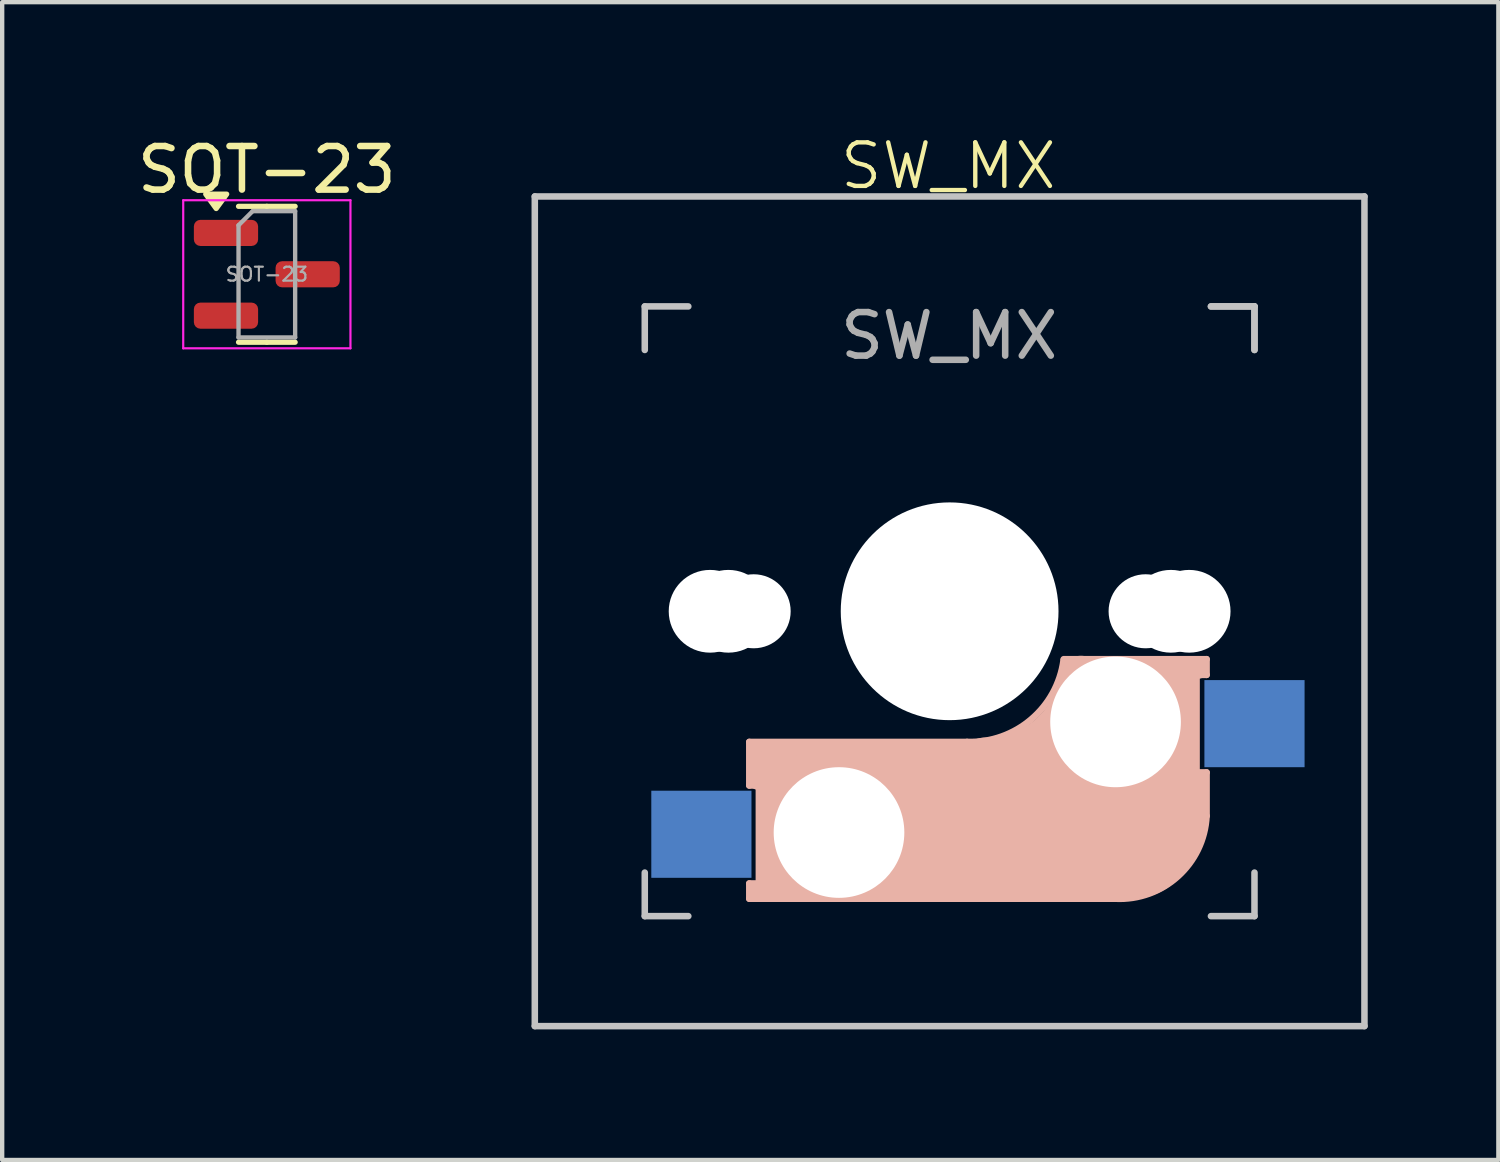
<source format=kicad_pcb>
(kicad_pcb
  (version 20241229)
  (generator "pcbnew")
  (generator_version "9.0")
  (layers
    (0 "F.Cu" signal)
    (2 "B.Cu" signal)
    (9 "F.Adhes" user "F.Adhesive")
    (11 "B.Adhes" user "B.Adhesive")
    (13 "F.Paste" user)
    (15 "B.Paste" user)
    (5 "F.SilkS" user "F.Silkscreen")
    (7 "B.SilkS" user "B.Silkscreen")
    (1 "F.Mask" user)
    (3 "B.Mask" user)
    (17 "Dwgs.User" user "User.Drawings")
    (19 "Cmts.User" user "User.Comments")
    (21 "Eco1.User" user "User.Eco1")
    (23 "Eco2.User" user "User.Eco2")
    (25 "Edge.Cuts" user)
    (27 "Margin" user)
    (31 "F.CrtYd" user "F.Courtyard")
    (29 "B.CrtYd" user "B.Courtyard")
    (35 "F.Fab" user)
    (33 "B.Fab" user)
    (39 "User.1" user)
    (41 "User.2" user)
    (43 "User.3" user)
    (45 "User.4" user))
  (footprint "SOT-23"
    (layer "F.Cu")
    (at 3.077 3.248)
    (property "Reference" "SOT-23" (at 0 -2.4 0) (layer "F.SilkS") (effects (font (size 1 1) (thickness 0.15))))
    (attr smd)
    (fp_line (start 0 -1.56) (end -0.65 -1.56) (stroke (width 0.12) (type solid)) (layer "F.SilkS"))
    (fp_line (start 0 -1.56) (end 0.65 -1.56) (stroke (width 0.12) (type solid)) (layer "F.SilkS"))
    (fp_line (start 0 1.56) (end -0.65 1.56) (stroke (width 0.12) (type solid)) (layer "F.SilkS"))
    (fp_line (start 0 1.56) (end 0.65 1.56) (stroke (width 0.12) (type solid)) (layer "F.SilkS"))
    (fp_poly (pts (xy -1.163 -1.51) (xy -1.403 -1.84) (xy -0.922 -1.84) (xy -1.163 -1.51)) (stroke (width 0.12) (type solid)) (fill yes) (layer "F.SilkS"))
    (fp_line (start -1.92 -1.7) (end -1.92 1.7) (stroke (width 0.05) (type solid)) (layer "F.CrtYd"))
    (fp_line (start -1.92 1.7) (end 1.92 1.7) (stroke (width 0.05) (type solid)) (layer "F.CrtYd"))
    (fp_line (start 1.92 -1.7) (end -1.92 -1.7) (stroke (width 0.05) (type solid)) (layer "F.CrtYd"))
    (fp_line (start 1.92 1.7) (end 1.92 -1.7) (stroke (width 0.05) (type solid)) (layer "F.CrtYd"))
    (fp_line (start -0.65 -1.125) (end -0.325 -1.45) (stroke (width 0.1) (type solid)) (layer "F.Fab"))
    (fp_line (start -0.65 1.45) (end -0.65 -1.125) (stroke (width 0.1) (type solid)) (layer "F.Fab"))
    (fp_line (start -0.325 -1.45) (end 0.65 -1.45) (stroke (width 0.1) (type solid)) (layer "F.Fab"))
    (fp_line (start 0.65 -1.45) (end 0.65 1.45) (stroke (width 0.1) (type solid)) (layer "F.Fab"))
    (fp_line (start 0.65 1.45) (end -0.65 1.45) (stroke (width 0.1) (type solid)) (layer "F.Fab"))
    (fp_text user "${REFERENCE}" (at 0 0 0) (layer "F.Fab") (effects (font (size 0.32 0.32) (thickness 0.05))))
    (pad "1" smd roundrect (at -0.938 -0.95) (size 1.475 0.6) (layers "F.Cu" "F.Mask" "F.Paste") (roundrect_rratio 0.25))
    (pad "2" smd roundrect (at -0.938 0.95) (size 1.475 0.6) (layers "F.Cu" "F.Mask" "F.Paste") (roundrect_rratio 0.25))
    (pad "3" smd roundrect (at 0.938 0) (size 1.475 0.6) (layers "F.Cu" "F.Mask" "F.Paste") (roundrect_rratio 0.25)))
  (footprint "SW_MX"
    (layer "F.Cu")
    (at 18.755 11.011)
    (property "Reference" "SW_MX" (at -0.03 -10.25 0) (unlocked yes) (layer "F.SilkS") (effects (font (size 1 1) (thickness 0.1))))
    (attr smd)
    (fp_line (start -4.6 2.975) (end -4.6 3.975) (stroke (width 0.15) (type solid)) (layer "B.SilkS"))
    (fp_line (start -4.6 3.975) (end -4.4 3.975) (stroke (width 0.15) (type solid)) (layer "B.SilkS"))
    (fp_line (start -4.6 6.225) (end -4.6 6.575) (stroke (width 0.15) (type solid)) (layer "B.SilkS"))
    (fp_line (start -4.6 6.575) (end 3.8 6.575) (stroke (width 0.15) (type solid)) (layer "B.SilkS"))
    (fp_line (start -4.4 3.875) (end -4.4 3.175) (stroke (width 0.4) (type solid)) (layer "B.SilkS"))
    (fp_line (start -4.4 6.225) (end -4.6 6.225) (stroke (width 0.15) (type solid)) (layer "B.SilkS"))
    (fp_line (start -4.4 6.375) (end -3 6.375) (stroke (width 0.4) (type solid)) (layer "B.SilkS"))
    (fp_line (start -4.38 3.975) (end -4.38 6.225) (stroke (width 0.15) (type solid)) (layer "B.SilkS"))
    (fp_line (start -4.3 3.275) (end -2.9 3.275) (stroke (width 0.5) (type solid)) (layer "B.SilkS"))
    (fp_line (start -3.9 5.975) (end -3.9 3.475) (stroke (width 1) (type solid)) (layer "B.SilkS"))
    (fp_line (start -2.6 4.775) (end 4.1 4.775) (stroke (width 3.5) (type solid)) (layer "B.SilkS"))
    (fp_line (start 0.4 2.975) (end -4.6 2.975) (stroke (width 0.15) (type solid)) (layer "B.SilkS"))
    (fp_line (start 4.17 5.075) (end 4.17 2.835) (stroke (width 3) (type solid)) (layer "B.SilkS"))
    (fp_line (start 5.3 1.575) (end 5.3 3.375) (stroke (width 0.8) (type solid)) (layer "B.SilkS"))
    (fp_line (start 5.67 3.675) (end 5.67 1.435) (stroke (width 0.15) (type solid)) (layer "B.SilkS"))
    (fp_line (start 5.7 1.435) (end 5.9 1.435) (stroke (width 0.15) (type solid)) (layer "B.SilkS"))
    (fp_line (start 5.7 1.275) (end 3 1.275) (stroke (width 0.5) (type solid)) (layer "B.SilkS"))
    (fp_line (start 5.8 3.775) (end 5.8 4.675) (stroke (width 0.3) (type solid)) (layer "B.SilkS"))
    (fp_line (start 5.9 1.075) (end 2.62 1.075) (stroke (width 0.15) (type solid)) (layer "B.SilkS"))
    (fp_line (start 5.9 1.075) (end 5.9 1.435) (stroke (width 0.15) (type solid)) (layer "B.SilkS"))
    (fp_line (start 5.9 3.675) (end 5.7 3.675) (stroke (width 0.15) (type solid)) (layer "B.SilkS"))
    (fp_line (start 5.9 4.675) (end 5.9 3.675) (stroke (width 0.15) (type solid)) (layer "B.SilkS"))
    (fp_arc (start 2.616318 1.096472) (mid 1.868709 2.461118) (end 0.4 2.975) (stroke (width 0.15) (type solid)) (layer "B.SilkS"))
    (fp_arc (start 3.016318 1.496471) (mid 2.268709 2.861118) (end 0.8 3.375) (stroke (width 1) (type solid)) (layer "B.SilkS"))
    (fp_arc (start 5.9 4.674999) (mid 5.243504 6.059924) (end 3.800001 6.575) (stroke (width 0.15) (type solid)) (layer "B.SilkS"))
    (fp_line (start -9.525 -9.55) (end 9.525 -9.55) (stroke (width 0.15) (type solid)) (layer "Dwgs.User"))
    (fp_line (start -9.525 9.5) (end -9.525 -9.55) (stroke (width 0.15) (type solid)) (layer "Dwgs.User"))
    (fp_line (start -7 -7.025) (end -7 -6.025) (stroke (width 0.15) (type solid)) (layer "Dwgs.User"))
    (fp_line (start -7 5.975) (end -7 6.975) (stroke (width 0.15) (type solid)) (layer "Dwgs.User"))
    (fp_line (start -7 6.975) (end -6 6.975) (stroke (width 0.15) (type solid)) (layer "Dwgs.User"))
    (fp_line (start -6 -7.025) (end -7 -7.025) (stroke (width 0.15) (type solid)) (layer "Dwgs.User"))
    (fp_line (start 6 -7.025) (end 7 -7.025) (stroke (width 0.15) (type solid)) (layer "Dwgs.User"))
    (fp_line (start 6 -7.025) (end 7 -7.025) (stroke (width 0.15) (type solid)) (layer "Dwgs.User"))
    (fp_line (start 7 -7.025) (end 7 -6.025) (stroke (width 0.15) (type solid)) (layer "Dwgs.User"))
    (fp_line (start 7 -7.025) (end 7 -6.025) (stroke (width 0.15) (type solid)) (layer "Dwgs.User"))
    (fp_line (start 7 5.975) (end 7 6.975) (stroke (width 0.15) (type solid)) (layer "Dwgs.User"))
    (fp_line (start 7 6.975) (end 6 6.975) (stroke (width 0.15) (type solid)) (layer "Dwgs.User"))
    (fp_line (start 9.525 -9.55) (end 9.525 9.5) (stroke (width 0.15) (type solid)) (layer "Dwgs.User"))
    (fp_line (start 9.525 9.5) (end -9.525 9.5) (stroke (width 0.15) (type solid)) (layer "Dwgs.User"))
    (fp_text user "${REFERENCE}" (at -0.01 -6.35 0) (unlocked yes) (layer "F.Fab") (effects (font (size 1 1) (thickness 0.15))))
    (pad "" np_thru_hole circle (at -5.5 -0.025 270) (size 1.9 1.9) (drill 1.9) (layers "*.Cu"))
    (pad "" np_thru_hole circle (at -5.08 -0.025 180) (size 1.9 1.9) (drill 1.9) (layers "*.Cu" "*.Mask"))
    (pad "" np_thru_hole circle (at -4.5 -0.025 180) (size 1.7 1.7) (drill 1.7) (layers "*.Cu" "*.Mask"))
    (pad "" np_thru_hole circle (at -2.54 5.055) (size 3 3) (drill 3) (layers "*.Cu" "*.Mask"))
    (pad "" np_thru_hole circle (at 0 -0.025 270) (size 4.1 4.1) (drill 4.1) (layers "*.Cu" "*.Mask"))
    (pad "" np_thru_hole circle (at 0 -0.025 270) (size 5 5) (drill 5) (layers "*.Cu"))
    (pad "" np_thru_hole circle (at 3.81 2.515) (size 3 3) (drill 3) (layers "*.Cu" "*.Mask"))
    (pad "" np_thru_hole circle (at 4.5 -0.025 180) (size 1.7 1.7) (drill 1.7) (layers "*.Cu" "*.Mask"))
    (pad "" np_thru_hole circle (at 5.08 -0.025 180) (size 1.9 1.9) (drill 1.9) (layers "*.Cu" "*.Mask"))
    (pad "" np_thru_hole circle (at 5.5 -0.025 270) (size 1.9 1.9) (drill 1.9) (layers "*.Cu"))
    (pad "1" smd rect (at 7 2.555) (size 2.3 2) (layers "B.Cu" "B.Mask" "B.Paste"))
    (pad "2" smd rect (at -5.7 5.095) (size 2.3 2) (layers "B.Cu" "B.Mask" "B.Paste")))
  (gr_rect
    (start -3 -3)
    (end 31.355 23.585)
    (stroke (width 0.1) (type default))
    (fill no)
    (layer "Edge.Cuts")))
</source>
